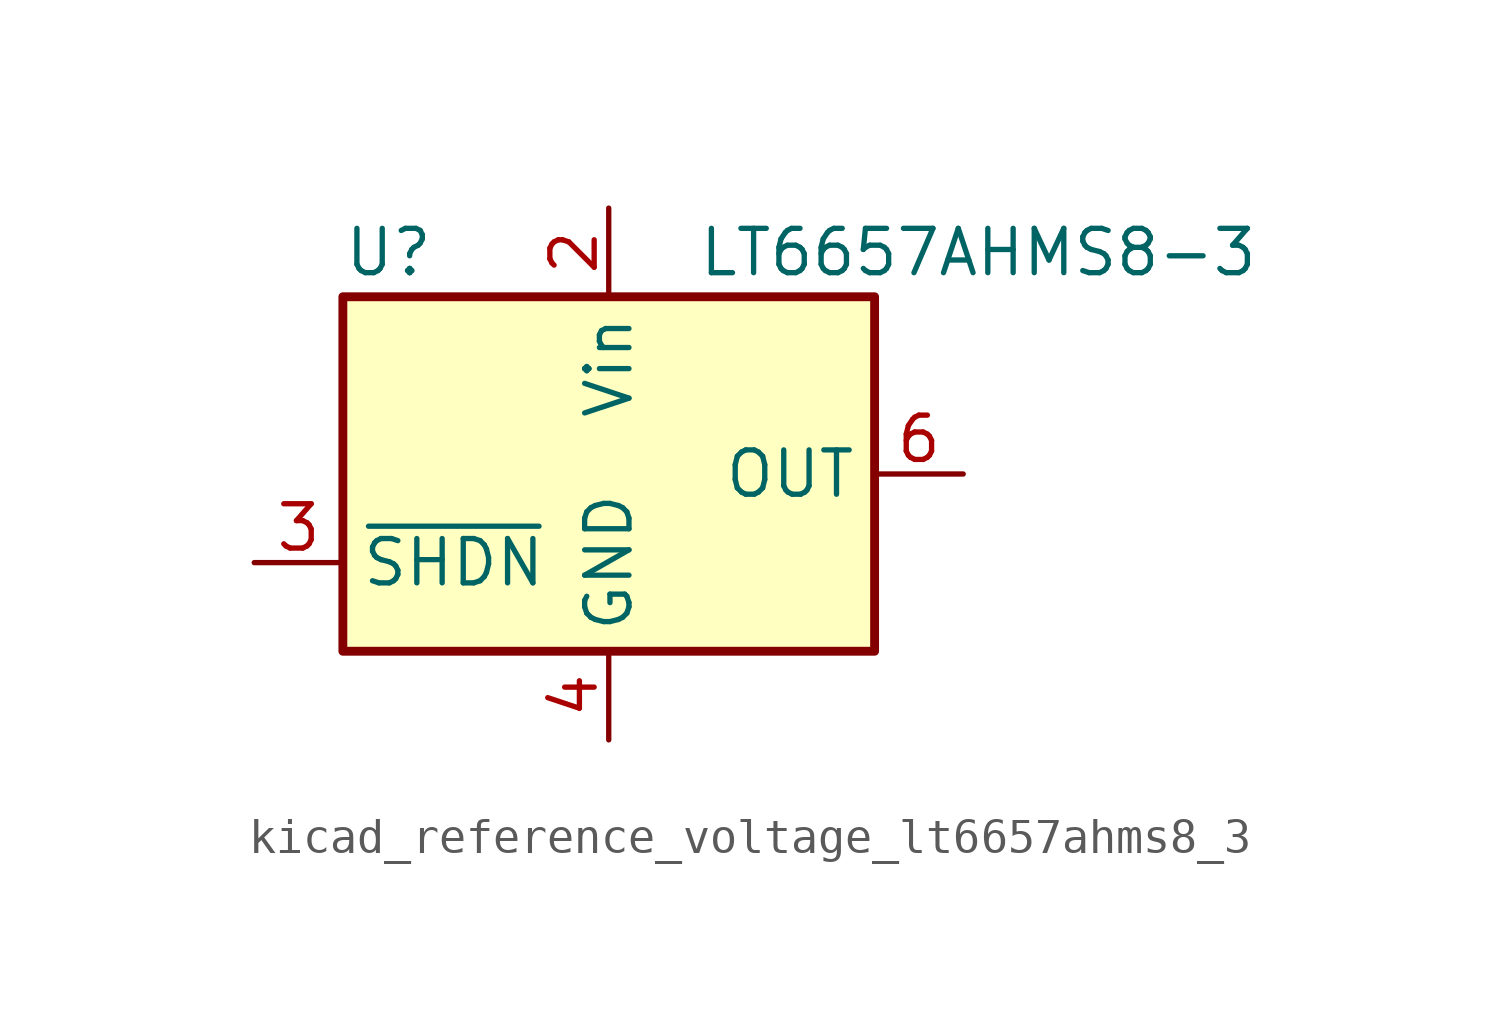
<source format=kicad_sym>
(kicad_symbol_lib
  (version 20220914)
  (generator kicad_symbol_editor)
  (symbol "kicad_reference_voltage_lt6657ahms8_3"
    (property "Reference" "U"
      (at -7.62 6.35 0)
      (effects (font (size 1.27 1.27)) (justify left)))
    (property "Value" "LT6657AHMS8-3"
      (at 2.54 6.35 0)
      (effects (font (size 1.27 1.27)) (justify left)))
    (symbol "kicad_reference_voltage_lt6657ahms8_3_0_1"
      (rectangle (start -7.62 5.08) (end 7.62 -5.08) (stroke (width 0.254) (type default)) (fill (type background))))
    (symbol "kicad_reference_voltage_lt6657ahms8_3_1_1"
      (pin no_connect line (at 7.62 -2.54 180) (length 2.54) hide (name "DNC" (effects (font (size 1.27 1.27)))) (number "1" (effects (font (size 1.27 1.27)))))
      (pin power_in line (at 0 7.62 270) (length 2.54) (name "Vin" (effects (font (size 1.27 1.27)))) (number "2" (effects (font (size 1.27 1.27)))))
      (pin input line (at -10.16 -2.54 0) (length 2.54) (name "~{SHDN}" (effects (font (size 1.27 1.27)))) (number "3" (effects (font (size 1.27 1.27)))))
      (pin power_in line (at 0 -7.62 90) (length 2.54) (name "GND" (effects (font (size 1.27 1.27)))) (number "4" (effects (font (size 1.27 1.27)))))
      (pin no_connect line (at -7.62 0 0) (length 2.54) hide (name "DNC" (effects (font (size 1.27 1.27)))) (number "5" (effects (font (size 1.27 1.27)))))
      (pin power_out line (at 10.16 0 180) (length 2.54) (name "OUT" (effects (font (size 1.27 1.27)))) (number "6" (effects (font (size 1.27 1.27)))))
      (pin no_connect line (at -7.62 2.54 0) (length 2.54) hide (name "DNC" (effects (font (size 1.27 1.27)))) (number "7" (effects (font (size 1.27 1.27)))))
      (pin no_connect line (at 7.62 2.54 180) (length 2.54) hide (name "DNC" (effects (font (size 1.27 1.27)))) (number "8" (effects (font (size 1.27 1.27))))))))
</source>
